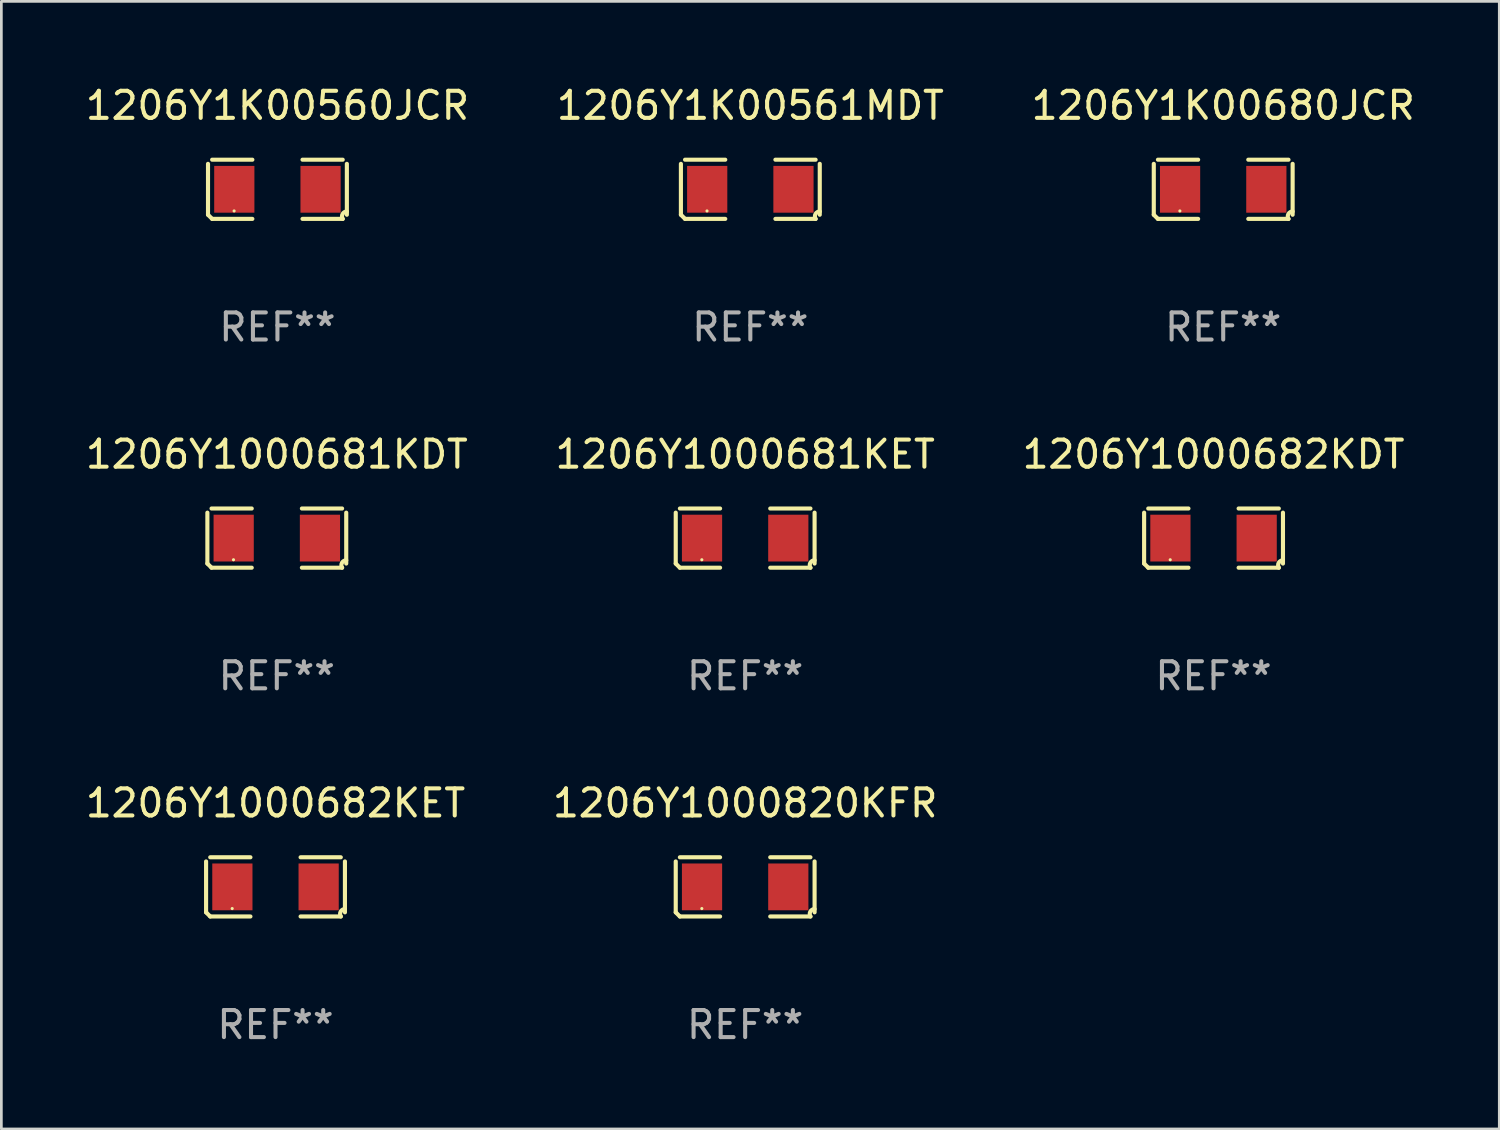
<source format=kicad_pcb>
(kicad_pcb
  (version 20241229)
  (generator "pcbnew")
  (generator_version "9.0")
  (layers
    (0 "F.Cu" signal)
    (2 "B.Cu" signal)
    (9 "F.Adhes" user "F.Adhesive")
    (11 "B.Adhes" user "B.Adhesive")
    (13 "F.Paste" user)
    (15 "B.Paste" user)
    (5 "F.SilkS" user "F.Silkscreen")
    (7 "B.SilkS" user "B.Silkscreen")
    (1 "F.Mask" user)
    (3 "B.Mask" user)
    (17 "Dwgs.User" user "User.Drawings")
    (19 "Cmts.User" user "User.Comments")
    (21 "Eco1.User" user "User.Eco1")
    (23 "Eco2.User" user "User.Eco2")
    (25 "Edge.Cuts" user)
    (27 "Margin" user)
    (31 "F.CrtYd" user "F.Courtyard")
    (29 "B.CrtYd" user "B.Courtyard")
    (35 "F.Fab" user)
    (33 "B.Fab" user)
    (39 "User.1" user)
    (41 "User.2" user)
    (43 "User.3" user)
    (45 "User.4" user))
  (footprint "1206Y1000681KDT"
    (layer "F.Cu")
    (at 7.173 16.823)
    (property "Reference" "1206Y1000681KDT" (at 0 -3.093 0) (layer "F.SilkS") (effects (font (size 1 1) (thickness 0.15))))
    (attr through_hole)
    (fp_line (start -2.564 0.94) (end -2.564 -0.94) (stroke (width 0.152) (type solid)) (layer "F.SilkS"))
    (fp_line (start -2.411 -1.093) (end -0.926 -1.093) (stroke (width 0.152) (type solid)) (layer "F.SilkS"))
    (fp_line (start -0.926 1.093) (end -2.411 1.093) (stroke (width 0.152) (type solid)) (layer "F.SilkS"))
    (fp_line (start 0.926 1.093) (end 2.411 1.093) (stroke (width 0.152) (type solid)) (layer "F.SilkS"))
    (fp_line (start 2.411 -1.093) (end 0.926 -1.093) (stroke (width 0.152) (type solid)) (layer "F.SilkS"))
    (fp_line (start 2.564 0.94) (end 2.564 -0.94) (stroke (width 0.152) (type solid)) (layer "F.SilkS"))
    (fp_arc (start -2.411201 1.092609) (mid -2.487413 1.01642) (end -2.563602 0.940208) (stroke (width 0.1524) (type solid)) (layer "F.SilkS"))
    (fp_arc (start 2.411201 1.092609) (mid 2.407159 0.911226) (end 2.563602 0.819347) (stroke (width 0.1524) (type solid)) (layer "F.SilkS"))
    (fp_circle (center -1.6 0.8) (end -1.57 0.8) (stroke (width 0.06) (type solid)) (fill no) (layer "F.SilkS"))
    (fp_text user "REF**" (at 0 5.093 0) (layer "F.Fab") (effects (font (size 1 1) (thickness 0.15))))
    (pad "1" smd rect (at -1.593 0) (size 1.485 1.728) (layers "F.Cu" "F.Mask" "F.Paste"))
    (pad "2" smd rect (at 1.593 0) (size 1.485 1.728) (layers "F.Cu" "F.Mask" "F.Paste")))
  (footprint "1206Y1K00561MDT"
    (layer "F.Cu")
    (at 24.661 3.941)
    (property "Reference" "1206Y1K00561MDT" (at 0 -3.093 0) (layer "F.SilkS") (effects (font (size 1 1) (thickness 0.15))))
    (attr through_hole)
    (fp_line (start -2.564 0.94) (end -2.564 -0.94) (stroke (width 0.152) (type solid)) (layer "F.SilkS"))
    (fp_line (start -2.411 -1.093) (end -0.926 -1.093) (stroke (width 0.152) (type solid)) (layer "F.SilkS"))
    (fp_line (start -0.926 1.093) (end -2.411 1.093) (stroke (width 0.152) (type solid)) (layer "F.SilkS"))
    (fp_line (start 0.926 1.093) (end 2.411 1.093) (stroke (width 0.152) (type solid)) (layer "F.SilkS"))
    (fp_line (start 2.411 -1.093) (end 0.926 -1.093) (stroke (width 0.152) (type solid)) (layer "F.SilkS"))
    (fp_line (start 2.564 0.94) (end 2.564 -0.94) (stroke (width 0.152) (type solid)) (layer "F.SilkS"))
    (fp_arc (start -2.411201 1.092609) (mid -2.487413 1.01642) (end -2.563602 0.940208) (stroke (width 0.1524) (type solid)) (layer "F.SilkS"))
    (fp_arc (start 2.411201 1.092609) (mid 2.407159 0.911226) (end 2.563602 0.819347) (stroke (width 0.1524) (type solid)) (layer "F.SilkS"))
    (fp_circle (center -1.6 0.8) (end -1.57 0.8) (stroke (width 0.06) (type solid)) (fill no) (layer "F.SilkS"))
    (fp_text user "REF**" (at 0 5.093 0) (layer "F.Fab") (effects (font (size 1 1) (thickness 0.15))))
    (pad "1" smd rect (at -1.593 0) (size 1.485 1.728) (layers "F.Cu" "F.Mask" "F.Paste"))
    (pad "2" smd rect (at 1.593 0) (size 1.485 1.728) (layers "F.Cu" "F.Mask" "F.Paste")))
  (footprint "1206Y1000681KET"
    (layer "F.Cu")
    (at 24.47 16.823)
    (property "Reference" "1206Y1000681KET" (at 0 -3.093 0) (layer "F.SilkS") (effects (font (size 1 1) (thickness 0.15))))
    (attr through_hole)
    (fp_line (start -2.564 0.94) (end -2.564 -0.94) (stroke (width 0.152) (type solid)) (layer "F.SilkS"))
    (fp_line (start -2.411 -1.093) (end -0.926 -1.093) (stroke (width 0.152) (type solid)) (layer "F.SilkS"))
    (fp_line (start -0.926 1.093) (end -2.411 1.093) (stroke (width 0.152) (type solid)) (layer "F.SilkS"))
    (fp_line (start 0.926 1.093) (end 2.411 1.093) (stroke (width 0.152) (type solid)) (layer "F.SilkS"))
    (fp_line (start 2.411 -1.093) (end 0.926 -1.093) (stroke (width 0.152) (type solid)) (layer "F.SilkS"))
    (fp_line (start 2.564 0.94) (end 2.564 -0.94) (stroke (width 0.152) (type solid)) (layer "F.SilkS"))
    (fp_arc (start -2.411201 1.092609) (mid -2.487413 1.01642) (end -2.563602 0.940208) (stroke (width 0.1524) (type solid)) (layer "F.SilkS"))
    (fp_arc (start 2.411201 1.092609) (mid 2.407159 0.911226) (end 2.563602 0.819347) (stroke (width 0.1524) (type solid)) (layer "F.SilkS"))
    (fp_circle (center -1.6 0.8) (end -1.57 0.8) (stroke (width 0.06) (type solid)) (fill no) (layer "F.SilkS"))
    (fp_text user "REF**" (at 0 5.093 0) (layer "F.Fab") (effects (font (size 1 1) (thickness 0.15))))
    (pad "1" smd rect (at -1.593 0) (size 1.485 1.728) (layers "F.Cu" "F.Mask" "F.Paste"))
    (pad "2" smd rect (at 1.593 0) (size 1.485 1.728) (layers "F.Cu" "F.Mask" "F.Paste")))
  (footprint "1206Y1000682KET"
    (layer "F.Cu")
    (at 7.125 29.704)
    (property "Reference" "1206Y1000682KET" (at 0 -3.093 0) (layer "F.SilkS") (effects (font (size 1 1) (thickness 0.15))))
    (attr through_hole)
    (fp_line (start -2.564 0.94) (end -2.564 -0.94) (stroke (width 0.152) (type solid)) (layer "F.SilkS"))
    (fp_line (start -2.411 -1.093) (end -0.926 -1.093) (stroke (width 0.152) (type solid)) (layer "F.SilkS"))
    (fp_line (start -0.926 1.093) (end -2.411 1.093) (stroke (width 0.152) (type solid)) (layer "F.SilkS"))
    (fp_line (start 0.926 1.093) (end 2.411 1.093) (stroke (width 0.152) (type solid)) (layer "F.SilkS"))
    (fp_line (start 2.411 -1.093) (end 0.926 -1.093) (stroke (width 0.152) (type solid)) (layer "F.SilkS"))
    (fp_line (start 2.564 0.94) (end 2.564 -0.94) (stroke (width 0.152) (type solid)) (layer "F.SilkS"))
    (fp_arc (start -2.411201 1.092609) (mid -2.487413 1.01642) (end -2.563602 0.940208) (stroke (width 0.1524) (type solid)) (layer "F.SilkS"))
    (fp_arc (start 2.411201 1.092609) (mid 2.407159 0.911226) (end 2.563602 0.819347) (stroke (width 0.1524) (type solid)) (layer "F.SilkS"))
    (fp_circle (center -1.6 0.8) (end -1.57 0.8) (stroke (width 0.06) (type solid)) (fill no) (layer "F.SilkS"))
    (fp_text user "REF**" (at 0 5.093 0) (layer "F.Fab") (effects (font (size 1 1) (thickness 0.15))))
    (pad "1" smd rect (at -1.593 0) (size 1.485 1.728) (layers "F.Cu" "F.Mask" "F.Paste"))
    (pad "2" smd rect (at 1.593 0) (size 1.485 1.728) (layers "F.Cu" "F.Mask" "F.Paste")))
  (footprint "1206Y1000820KFR"
    (layer "F.Cu")
    (at 24.47 29.704)
    (property "Reference" "1206Y1000820KFR" (at 0 -3.093 0) (layer "F.SilkS") (effects (font (size 1 1) (thickness 0.15))))
    (attr through_hole)
    (fp_line (start -2.564 0.94) (end -2.564 -0.94) (stroke (width 0.152) (type solid)) (layer "F.SilkS"))
    (fp_line (start -2.411 -1.093) (end -0.926 -1.093) (stroke (width 0.152) (type solid)) (layer "F.SilkS"))
    (fp_line (start -0.926 1.093) (end -2.411 1.093) (stroke (width 0.152) (type solid)) (layer "F.SilkS"))
    (fp_line (start 0.926 1.093) (end 2.411 1.093) (stroke (width 0.152) (type solid)) (layer "F.SilkS"))
    (fp_line (start 2.411 -1.093) (end 0.926 -1.093) (stroke (width 0.152) (type solid)) (layer "F.SilkS"))
    (fp_line (start 2.564 0.94) (end 2.564 -0.94) (stroke (width 0.152) (type solid)) (layer "F.SilkS"))
    (fp_arc (start -2.411201 1.092609) (mid -2.487413 1.01642) (end -2.563602 0.940208) (stroke (width 0.1524) (type solid)) (layer "F.SilkS"))
    (fp_arc (start 2.411201 1.092609) (mid 2.407159 0.911226) (end 2.563602 0.819347) (stroke (width 0.1524) (type solid)) (layer "F.SilkS"))
    (fp_circle (center -1.6 0.8) (end -1.57 0.8) (stroke (width 0.06) (type solid)) (fill no) (layer "F.SilkS"))
    (fp_text user "REF**" (at 0 5.093 0) (layer "F.Fab") (effects (font (size 1 1) (thickness 0.15))))
    (pad "1" smd rect (at -1.593 0) (size 1.485 1.728) (layers "F.Cu" "F.Mask" "F.Paste"))
    (pad "2" smd rect (at 1.593 0) (size 1.485 1.728) (layers "F.Cu" "F.Mask" "F.Paste")))
  (footprint "1206Y1K00680JCR"
    (layer "F.Cu")
    (at 42.125 3.941)
    (property "Reference" "1206Y1K00680JCR" (at 0 -3.093 0) (layer "F.SilkS") (effects (font (size 1 1) (thickness 0.15))))
    (attr through_hole)
    (fp_line (start -2.564 0.94) (end -2.564 -0.94) (stroke (width 0.152) (type solid)) (layer "F.SilkS"))
    (fp_line (start -2.411 -1.093) (end -0.926 -1.093) (stroke (width 0.152) (type solid)) (layer "F.SilkS"))
    (fp_line (start -0.926 1.093) (end -2.411 1.093) (stroke (width 0.152) (type solid)) (layer "F.SilkS"))
    (fp_line (start 0.926 1.093) (end 2.411 1.093) (stroke (width 0.152) (type solid)) (layer "F.SilkS"))
    (fp_line (start 2.411 -1.093) (end 0.926 -1.093) (stroke (width 0.152) (type solid)) (layer "F.SilkS"))
    (fp_line (start 2.564 0.94) (end 2.564 -0.94) (stroke (width 0.152) (type solid)) (layer "F.SilkS"))
    (fp_arc (start -2.411201 1.092609) (mid -2.487413 1.01642) (end -2.563602 0.940208) (stroke (width 0.1524) (type solid)) (layer "F.SilkS"))
    (fp_arc (start 2.411201 1.092609) (mid 2.407159 0.911226) (end 2.563602 0.819347) (stroke (width 0.1524) (type solid)) (layer "F.SilkS"))
    (fp_circle (center -1.6 0.8) (end -1.57 0.8) (stroke (width 0.06) (type solid)) (fill no) (layer "F.SilkS"))
    (fp_text user "REF**" (at 0 5.093 0) (layer "F.Fab") (effects (font (size 1 1) (thickness 0.15))))
    (pad "1" smd rect (at -1.593 0) (size 1.485 1.728) (layers "F.Cu" "F.Mask" "F.Paste"))
    (pad "2" smd rect (at 1.593 0) (size 1.485 1.728) (layers "F.Cu" "F.Mask" "F.Paste")))
  (footprint "1206Y1K00560JCR"
    (layer "F.Cu")
    (at 7.196 3.941)
    (property "Reference" "1206Y1K00560JCR" (at 0 -3.093 0) (layer "F.SilkS") (effects (font (size 1 1) (thickness 0.15))))
    (attr through_hole)
    (fp_line (start -2.564 0.94) (end -2.564 -0.94) (stroke (width 0.152) (type solid)) (layer "F.SilkS"))
    (fp_line (start -2.411 -1.093) (end -0.926 -1.093) (stroke (width 0.152) (type solid)) (layer "F.SilkS"))
    (fp_line (start -0.926 1.093) (end -2.411 1.093) (stroke (width 0.152) (type solid)) (layer "F.SilkS"))
    (fp_line (start 0.926 1.093) (end 2.411 1.093) (stroke (width 0.152) (type solid)) (layer "F.SilkS"))
    (fp_line (start 2.411 -1.093) (end 0.926 -1.093) (stroke (width 0.152) (type solid)) (layer "F.SilkS"))
    (fp_line (start 2.564 0.94) (end 2.564 -0.94) (stroke (width 0.152) (type solid)) (layer "F.SilkS"))
    (fp_arc (start -2.411201 1.092609) (mid -2.487413 1.01642) (end -2.563602 0.940208) (stroke (width 0.1524) (type solid)) (layer "F.SilkS"))
    (fp_arc (start 2.411201 1.092609) (mid 2.407159 0.911226) (end 2.563602 0.819347) (stroke (width 0.1524) (type solid)) (layer "F.SilkS"))
    (fp_circle (center -1.6 0.8) (end -1.57 0.8) (stroke (width 0.06) (type solid)) (fill no) (layer "F.SilkS"))
    (fp_text user "REF**" (at 0 5.093 0) (layer "F.Fab") (effects (font (size 1 1) (thickness 0.15))))
    (pad "1" smd rect (at -1.593 0) (size 1.485 1.728) (layers "F.Cu" "F.Mask" "F.Paste"))
    (pad "2" smd rect (at 1.593 0) (size 1.485 1.728) (layers "F.Cu" "F.Mask" "F.Paste")))
  (footprint "1206Y1000682KDT"
    (layer "F.Cu")
    (at 41.768 16.823)
    (property "Reference" "1206Y1000682KDT" (at 0 -3.093 0) (layer "F.SilkS") (effects (font (size 1 1) (thickness 0.15))))
    (attr through_hole)
    (fp_line (start -2.564 0.94) (end -2.564 -0.94) (stroke (width 0.152) (type solid)) (layer "F.SilkS"))
    (fp_line (start -2.411 -1.093) (end -0.926 -1.093) (stroke (width 0.152) (type solid)) (layer "F.SilkS"))
    (fp_line (start -0.926 1.093) (end -2.411 1.093) (stroke (width 0.152) (type solid)) (layer "F.SilkS"))
    (fp_line (start 0.926 1.093) (end 2.411 1.093) (stroke (width 0.152) (type solid)) (layer "F.SilkS"))
    (fp_line (start 2.411 -1.093) (end 0.926 -1.093) (stroke (width 0.152) (type solid)) (layer "F.SilkS"))
    (fp_line (start 2.564 0.94) (end 2.564 -0.94) (stroke (width 0.152) (type solid)) (layer "F.SilkS"))
    (fp_arc (start -2.411201 1.092609) (mid -2.487413 1.01642) (end -2.563602 0.940208) (stroke (width 0.1524) (type solid)) (layer "F.SilkS"))
    (fp_arc (start 2.411201 1.092609) (mid 2.407159 0.911226) (end 2.563602 0.819347) (stroke (width 0.1524) (type solid)) (layer "F.SilkS"))
    (fp_circle (center -1.6 0.8) (end -1.57 0.8) (stroke (width 0.06) (type solid)) (fill no) (layer "F.SilkS"))
    (fp_text user "REF**" (at 0 5.093 0) (layer "F.Fab") (effects (font (size 1 1) (thickness 0.15))))
    (pad "1" smd rect (at -1.593 0) (size 1.485 1.728) (layers "F.Cu" "F.Mask" "F.Paste"))
    (pad "2" smd rect (at 1.593 0) (size 1.485 1.728) (layers "F.Cu" "F.Mask" "F.Paste")))
  (gr_rect
    (start -3 -3)
    (end 52.321 38.645)
    (stroke (width 0.1) (type default))
    (fill no)
    (layer "Edge.Cuts")))
</source>
